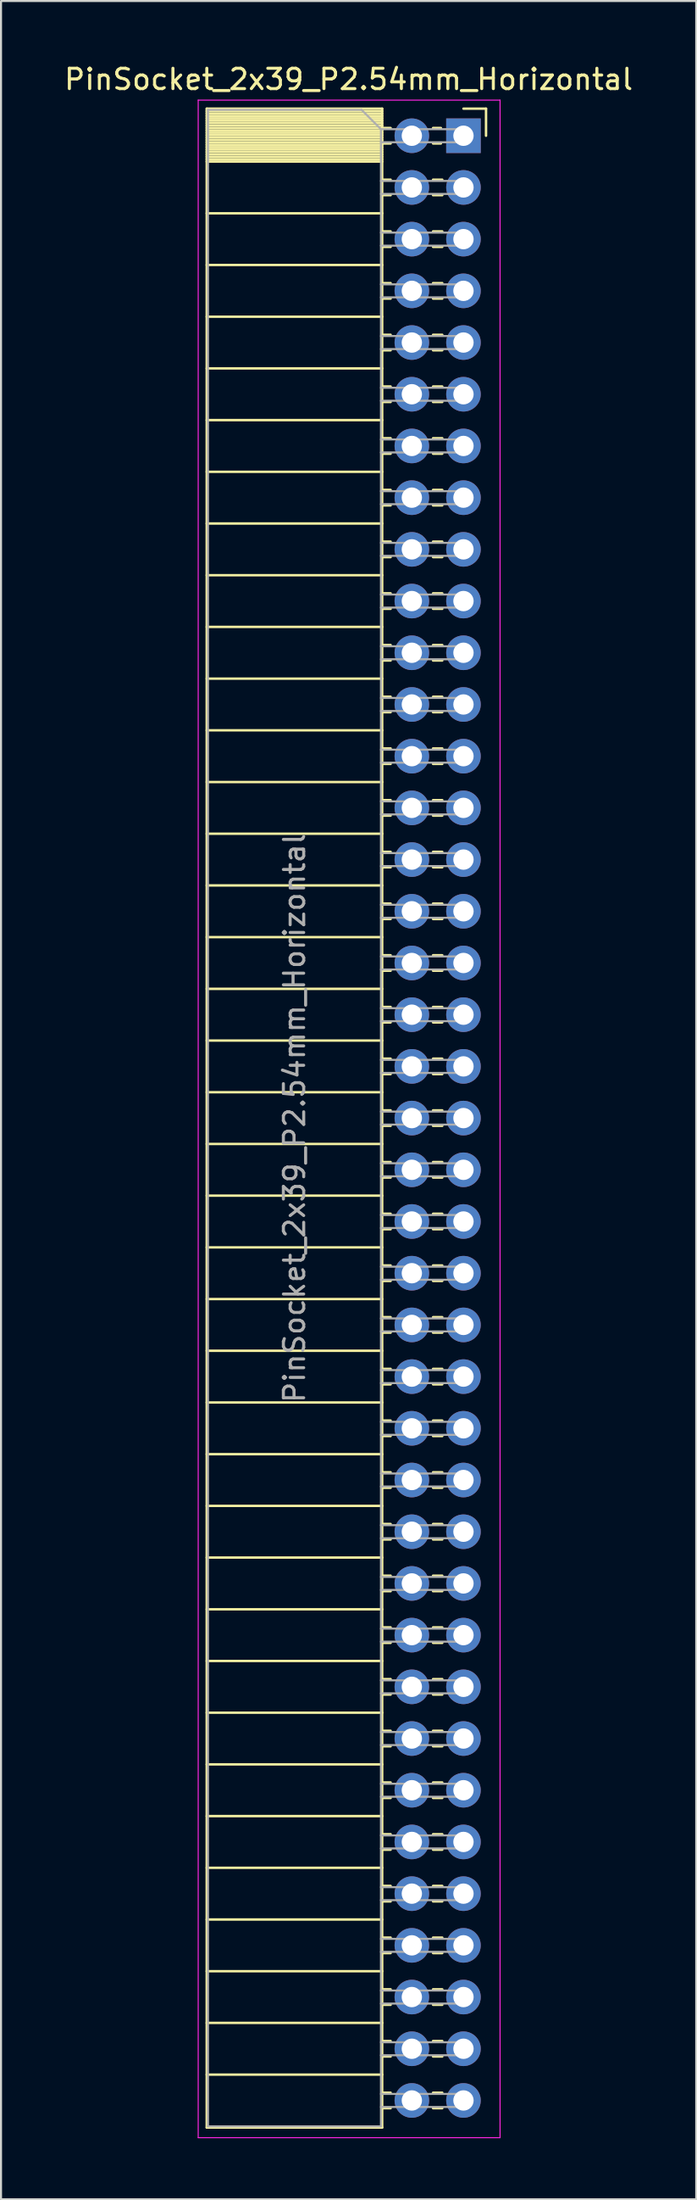
<source format=kicad_pcb>
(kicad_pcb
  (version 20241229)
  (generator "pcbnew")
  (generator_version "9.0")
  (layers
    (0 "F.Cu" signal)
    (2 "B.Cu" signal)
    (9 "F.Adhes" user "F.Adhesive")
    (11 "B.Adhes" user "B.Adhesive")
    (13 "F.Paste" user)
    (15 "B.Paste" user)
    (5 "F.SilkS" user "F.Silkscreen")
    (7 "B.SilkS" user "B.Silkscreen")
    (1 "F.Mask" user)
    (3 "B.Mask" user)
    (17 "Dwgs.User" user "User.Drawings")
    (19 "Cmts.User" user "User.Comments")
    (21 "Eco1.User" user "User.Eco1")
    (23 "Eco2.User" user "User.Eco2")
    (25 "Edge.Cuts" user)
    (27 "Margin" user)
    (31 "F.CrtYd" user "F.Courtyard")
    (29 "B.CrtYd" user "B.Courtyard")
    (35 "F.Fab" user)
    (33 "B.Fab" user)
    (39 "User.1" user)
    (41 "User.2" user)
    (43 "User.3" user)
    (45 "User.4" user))
  (footprint "PinSocket_2x39_P2.54mm_Horizontal"
    (layer "F.Cu")
    (at 19.751 3.618)
    (property "Reference" "PinSocket_2x39_P2.54mm_Horizontal" (at -5.65 -2.77 0) (layer "F.SilkS") (effects (font (size 1 1) (thickness 0.15))))
    (attr through_hole)
    (fp_line (start -12.63 -1.33) (end -12.63 97.85) (stroke (width 0.12) (type solid)) (layer "F.SilkS"))
    (fp_line (start -12.63 -1.33) (end -4 -1.33) (stroke (width 0.12) (type solid)) (layer "F.SilkS"))
    (fp_line (start -12.63 -1.21) (end -4 -1.21) (stroke (width 0.12) (type solid)) (layer "F.SilkS"))
    (fp_line (start -12.63 -1.092) (end -4 -1.092) (stroke (width 0.12) (type solid)) (layer "F.SilkS"))
    (fp_line (start -12.63 -0.974) (end -4 -0.974) (stroke (width 0.12) (type solid)) (layer "F.SilkS"))
    (fp_line (start -12.63 -0.856) (end -4 -0.856) (stroke (width 0.12) (type solid)) (layer "F.SilkS"))
    (fp_line (start -12.63 -0.738) (end -4 -0.738) (stroke (width 0.12) (type solid)) (layer "F.SilkS"))
    (fp_line (start -12.63 -0.62) (end -4 -0.62) (stroke (width 0.12) (type solid)) (layer "F.SilkS"))
    (fp_line (start -12.63 -0.501) (end -4 -0.501) (stroke (width 0.12) (type solid)) (layer "F.SilkS"))
    (fp_line (start -12.63 -0.383) (end -4 -0.383) (stroke (width 0.12) (type solid)) (layer "F.SilkS"))
    (fp_line (start -12.63 -0.265) (end -4 -0.265) (stroke (width 0.12) (type solid)) (layer "F.SilkS"))
    (fp_line (start -12.63 -0.147) (end -4 -0.147) (stroke (width 0.12) (type solid)) (layer "F.SilkS"))
    (fp_line (start -12.63 -0.029) (end -4 -0.029) (stroke (width 0.12) (type solid)) (layer "F.SilkS"))
    (fp_line (start -12.63 0.089) (end -4 0.089) (stroke (width 0.12) (type solid)) (layer "F.SilkS"))
    (fp_line (start -12.63 0.207) (end -4 0.207) (stroke (width 0.12) (type solid)) (layer "F.SilkS"))
    (fp_line (start -12.63 0.325) (end -4 0.325) (stroke (width 0.12) (type solid)) (layer "F.SilkS"))
    (fp_line (start -12.63 0.443) (end -4 0.443) (stroke (width 0.12) (type solid)) (layer "F.SilkS"))
    (fp_line (start -12.63 0.561) (end -4 0.561) (stroke (width 0.12) (type solid)) (layer "F.SilkS"))
    (fp_line (start -12.63 0.68) (end -4 0.68) (stroke (width 0.12) (type solid)) (layer "F.SilkS"))
    (fp_line (start -12.63 0.798) (end -4 0.798) (stroke (width 0.12) (type solid)) (layer "F.SilkS"))
    (fp_line (start -12.63 0.916) (end -4 0.916) (stroke (width 0.12) (type solid)) (layer "F.SilkS"))
    (fp_line (start -12.63 1.034) (end -4 1.034) (stroke (width 0.12) (type solid)) (layer "F.SilkS"))
    (fp_line (start -12.63 1.152) (end -4 1.152) (stroke (width 0.12) (type solid)) (layer "F.SilkS"))
    (fp_line (start -12.63 1.27) (end -4 1.27) (stroke (width 0.12) (type solid)) (layer "F.SilkS"))
    (fp_line (start -12.63 3.81) (end -4 3.81) (stroke (width 0.12) (type solid)) (layer "F.SilkS"))
    (fp_line (start -12.63 6.35) (end -4 6.35) (stroke (width 0.12) (type solid)) (layer "F.SilkS"))
    (fp_line (start -12.63 8.89) (end -4 8.89) (stroke (width 0.12) (type solid)) (layer "F.SilkS"))
    (fp_line (start -12.63 11.43) (end -4 11.43) (stroke (width 0.12) (type solid)) (layer "F.SilkS"))
    (fp_line (start -12.63 13.97) (end -4 13.97) (stroke (width 0.12) (type solid)) (layer "F.SilkS"))
    (fp_line (start -12.63 16.51) (end -4 16.51) (stroke (width 0.12) (type solid)) (layer "F.SilkS"))
    (fp_line (start -12.63 19.05) (end -4 19.05) (stroke (width 0.12) (type solid)) (layer "F.SilkS"))
    (fp_line (start -12.63 21.59) (end -4 21.59) (stroke (width 0.12) (type solid)) (layer "F.SilkS"))
    (fp_line (start -12.63 24.13) (end -4 24.13) (stroke (width 0.12) (type solid)) (layer "F.SilkS"))
    (fp_line (start -12.63 26.67) (end -4 26.67) (stroke (width 0.12) (type solid)) (layer "F.SilkS"))
    (fp_line (start -12.63 29.21) (end -4 29.21) (stroke (width 0.12) (type solid)) (layer "F.SilkS"))
    (fp_line (start -12.63 31.75) (end -4 31.75) (stroke (width 0.12) (type solid)) (layer "F.SilkS"))
    (fp_line (start -12.63 34.29) (end -4 34.29) (stroke (width 0.12) (type solid)) (layer "F.SilkS"))
    (fp_line (start -12.63 36.83) (end -4 36.83) (stroke (width 0.12) (type solid)) (layer "F.SilkS"))
    (fp_line (start -12.63 39.37) (end -4 39.37) (stroke (width 0.12) (type solid)) (layer "F.SilkS"))
    (fp_line (start -12.63 41.91) (end -4 41.91) (stroke (width 0.12) (type solid)) (layer "F.SilkS"))
    (fp_line (start -12.63 44.45) (end -4 44.45) (stroke (width 0.12) (type solid)) (layer "F.SilkS"))
    (fp_line (start -12.63 46.99) (end -4 46.99) (stroke (width 0.12) (type solid)) (layer "F.SilkS"))
    (fp_line (start -12.63 49.53) (end -4 49.53) (stroke (width 0.12) (type solid)) (layer "F.SilkS"))
    (fp_line (start -12.63 52.07) (end -4 52.07) (stroke (width 0.12) (type solid)) (layer "F.SilkS"))
    (fp_line (start -12.63 54.61) (end -4 54.61) (stroke (width 0.12) (type solid)) (layer "F.SilkS"))
    (fp_line (start -12.63 57.15) (end -4 57.15) (stroke (width 0.12) (type solid)) (layer "F.SilkS"))
    (fp_line (start -12.63 59.69) (end -4 59.69) (stroke (width 0.12) (type solid)) (layer "F.SilkS"))
    (fp_line (start -12.63 62.23) (end -4 62.23) (stroke (width 0.12) (type solid)) (layer "F.SilkS"))
    (fp_line (start -12.63 64.77) (end -4 64.77) (stroke (width 0.12) (type solid)) (layer "F.SilkS"))
    (fp_line (start -12.63 67.31) (end -4 67.31) (stroke (width 0.12) (type solid)) (layer "F.SilkS"))
    (fp_line (start -12.63 69.85) (end -4 69.85) (stroke (width 0.12) (type solid)) (layer "F.SilkS"))
    (fp_line (start -12.63 72.39) (end -4 72.39) (stroke (width 0.12) (type solid)) (layer "F.SilkS"))
    (fp_line (start -12.63 74.93) (end -4 74.93) (stroke (width 0.12) (type solid)) (layer "F.SilkS"))
    (fp_line (start -12.63 77.47) (end -4 77.47) (stroke (width 0.12) (type solid)) (layer "F.SilkS"))
    (fp_line (start -12.63 80.01) (end -4 80.01) (stroke (width 0.12) (type solid)) (layer "F.SilkS"))
    (fp_line (start -12.63 82.55) (end -4 82.55) (stroke (width 0.12) (type solid)) (layer "F.SilkS"))
    (fp_line (start -12.63 85.09) (end -4 85.09) (stroke (width 0.12) (type solid)) (layer "F.SilkS"))
    (fp_line (start -12.63 87.63) (end -4 87.63) (stroke (width 0.12) (type solid)) (layer "F.SilkS"))
    (fp_line (start -12.63 90.17) (end -4 90.17) (stroke (width 0.12) (type solid)) (layer "F.SilkS"))
    (fp_line (start -12.63 92.71) (end -4 92.71) (stroke (width 0.12) (type solid)) (layer "F.SilkS"))
    (fp_line (start -12.63 95.25) (end -4 95.25) (stroke (width 0.12) (type solid)) (layer "F.SilkS"))
    (fp_line (start -12.63 97.85) (end -4 97.85) (stroke (width 0.12) (type solid)) (layer "F.SilkS"))
    (fp_line (start -4 -1.33) (end -4 97.85) (stroke (width 0.12) (type solid)) (layer "F.SilkS"))
    (fp_line (start -4 -0.38) (end -3.583 -0.38) (stroke (width 0.12) (type solid)) (layer "F.SilkS"))
    (fp_line (start -4 0.38) (end -3.583 0.38) (stroke (width 0.12) (type solid)) (layer "F.SilkS"))
    (fp_line (start -4 2.16) (end -3.583 2.16) (stroke (width 0.12) (type solid)) (layer "F.SilkS"))
    (fp_line (start -4 2.92) (end -3.583 2.92) (stroke (width 0.12) (type solid)) (layer "F.SilkS"))
    (fp_line (start -4 4.7) (end -3.583 4.7) (stroke (width 0.12) (type solid)) (layer "F.SilkS"))
    (fp_line (start -4 5.46) (end -3.583 5.46) (stroke (width 0.12) (type solid)) (layer "F.SilkS"))
    (fp_line (start -4 7.24) (end -3.583 7.24) (stroke (width 0.12) (type solid)) (layer "F.SilkS"))
    (fp_line (start -4 8) (end -3.583 8) (stroke (width 0.12) (type solid)) (layer "F.SilkS"))
    (fp_line (start -4 9.78) (end -3.583 9.78) (stroke (width 0.12) (type solid)) (layer "F.SilkS"))
    (fp_line (start -4 10.54) (end -3.583 10.54) (stroke (width 0.12) (type solid)) (layer "F.SilkS"))
    (fp_line (start -4 12.32) (end -3.583 12.32) (stroke (width 0.12) (type solid)) (layer "F.SilkS"))
    (fp_line (start -4 13.08) (end -3.583 13.08) (stroke (width 0.12) (type solid)) (layer "F.SilkS"))
    (fp_line (start -4 14.86) (end -3.583 14.86) (stroke (width 0.12) (type solid)) (layer "F.SilkS"))
    (fp_line (start -4 15.62) (end -3.583 15.62) (stroke (width 0.12) (type solid)) (layer "F.SilkS"))
    (fp_line (start -4 17.4) (end -3.583 17.4) (stroke (width 0.12) (type solid)) (layer "F.SilkS"))
    (fp_line (start -4 18.16) (end -3.583 18.16) (stroke (width 0.12) (type solid)) (layer "F.SilkS"))
    (fp_line (start -4 19.94) (end -3.583 19.94) (stroke (width 0.12) (type solid)) (layer "F.SilkS"))
    (fp_line (start -4 20.7) (end -3.583 20.7) (stroke (width 0.12) (type solid)) (layer "F.SilkS"))
    (fp_line (start -4 22.48) (end -3.583 22.48) (stroke (width 0.12) (type solid)) (layer "F.SilkS"))
    (fp_line (start -4 23.24) (end -3.583 23.24) (stroke (width 0.12) (type solid)) (layer "F.SilkS"))
    (fp_line (start -4 25.02) (end -3.583 25.02) (stroke (width 0.12) (type solid)) (layer "F.SilkS"))
    (fp_line (start -4 25.78) (end -3.583 25.78) (stroke (width 0.12) (type solid)) (layer "F.SilkS"))
    (fp_line (start -4 27.56) (end -3.583 27.56) (stroke (width 0.12) (type solid)) (layer "F.SilkS"))
    (fp_line (start -4 28.32) (end -3.583 28.32) (stroke (width 0.12) (type solid)) (layer "F.SilkS"))
    (fp_line (start -4 30.1) (end -3.583 30.1) (stroke (width 0.12) (type solid)) (layer "F.SilkS"))
    (fp_line (start -4 30.86) (end -3.583 30.86) (stroke (width 0.12) (type solid)) (layer "F.SilkS"))
    (fp_line (start -4 32.64) (end -3.583 32.64) (stroke (width 0.12) (type solid)) (layer "F.SilkS"))
    (fp_line (start -4 33.4) (end -3.583 33.4) (stroke (width 0.12) (type solid)) (layer "F.SilkS"))
    (fp_line (start -4 35.18) (end -3.583 35.18) (stroke (width 0.12) (type solid)) (layer "F.SilkS"))
    (fp_line (start -4 35.94) (end -3.583 35.94) (stroke (width 0.12) (type solid)) (layer "F.SilkS"))
    (fp_line (start -4 37.72) (end -3.583 37.72) (stroke (width 0.12) (type solid)) (layer "F.SilkS"))
    (fp_line (start -4 38.48) (end -3.583 38.48) (stroke (width 0.12) (type solid)) (layer "F.SilkS"))
    (fp_line (start -4 40.26) (end -3.583 40.26) (stroke (width 0.12) (type solid)) (layer "F.SilkS"))
    (fp_line (start -4 41.02) (end -3.583 41.02) (stroke (width 0.12) (type solid)) (layer "F.SilkS"))
    (fp_line (start -4 42.8) (end -3.583 42.8) (stroke (width 0.12) (type solid)) (layer "F.SilkS"))
    (fp_line (start -4 43.56) (end -3.583 43.56) (stroke (width 0.12) (type solid)) (layer "F.SilkS"))
    (fp_line (start -4 45.34) (end -3.583 45.34) (stroke (width 0.12) (type solid)) (layer "F.SilkS"))
    (fp_line (start -4 46.1) (end -3.583 46.1) (stroke (width 0.12) (type solid)) (layer "F.SilkS"))
    (fp_line (start -4 47.88) (end -3.583 47.88) (stroke (width 0.12) (type solid)) (layer "F.SilkS"))
    (fp_line (start -4 48.64) (end -3.583 48.64) (stroke (width 0.12) (type solid)) (layer "F.SilkS"))
    (fp_line (start -4 50.42) (end -3.583 50.42) (stroke (width 0.12) (type solid)) (layer "F.SilkS"))
    (fp_line (start -4 51.18) (end -3.583 51.18) (stroke (width 0.12) (type solid)) (layer "F.SilkS"))
    (fp_line (start -4 52.96) (end -3.583 52.96) (stroke (width 0.12) (type solid)) (layer "F.SilkS"))
    (fp_line (start -4 53.72) (end -3.583 53.72) (stroke (width 0.12) (type solid)) (layer "F.SilkS"))
    (fp_line (start -4 55.5) (end -3.583 55.5) (stroke (width 0.12) (type solid)) (layer "F.SilkS"))
    (fp_line (start -4 56.26) (end -3.583 56.26) (stroke (width 0.12) (type solid)) (layer "F.SilkS"))
    (fp_line (start -4 58.04) (end -3.583 58.04) (stroke (width 0.12) (type solid)) (layer "F.SilkS"))
    (fp_line (start -4 58.8) (end -3.583 58.8) (stroke (width 0.12) (type solid)) (layer "F.SilkS"))
    (fp_line (start -4 60.58) (end -3.583 60.58) (stroke (width 0.12) (type solid)) (layer "F.SilkS"))
    (fp_line (start -4 61.34) (end -3.583 61.34) (stroke (width 0.12) (type solid)) (layer "F.SilkS"))
    (fp_line (start -4 63.12) (end -3.583 63.12) (stroke (width 0.12) (type solid)) (layer "F.SilkS"))
    (fp_line (start -4 63.88) (end -3.583 63.88) (stroke (width 0.12) (type solid)) (layer "F.SilkS"))
    (fp_line (start -4 65.66) (end -3.583 65.66) (stroke (width 0.12) (type solid)) (layer "F.SilkS"))
    (fp_line (start -4 66.42) (end -3.583 66.42) (stroke (width 0.12) (type solid)) (layer "F.SilkS"))
    (fp_line (start -4 68.2) (end -3.583 68.2) (stroke (width 0.12) (type solid)) (layer "F.SilkS"))
    (fp_line (start -4 68.96) (end -3.583 68.96) (stroke (width 0.12) (type solid)) (layer "F.SilkS"))
    (fp_line (start -4 70.74) (end -3.583 70.74) (stroke (width 0.12) (type solid)) (layer "F.SilkS"))
    (fp_line (start -4 71.5) (end -3.583 71.5) (stroke (width 0.12) (type solid)) (layer "F.SilkS"))
    (fp_line (start -4 73.28) (end -3.583 73.28) (stroke (width 0.12) (type solid)) (layer "F.SilkS"))
    (fp_line (start -4 74.04) (end -3.583 74.04) (stroke (width 0.12) (type solid)) (layer "F.SilkS"))
    (fp_line (start -4 75.82) (end -3.583 75.82) (stroke (width 0.12) (type solid)) (layer "F.SilkS"))
    (fp_line (start -4 76.58) (end -3.583 76.58) (stroke (width 0.12) (type solid)) (layer "F.SilkS"))
    (fp_line (start -4 78.36) (end -3.583 78.36) (stroke (width 0.12) (type solid)) (layer "F.SilkS"))
    (fp_line (start -4 79.12) (end -3.583 79.12) (stroke (width 0.12) (type solid)) (layer "F.SilkS"))
    (fp_line (start -4 80.9) (end -3.583 80.9) (stroke (width 0.12) (type solid)) (layer "F.SilkS"))
    (fp_line (start -4 81.66) (end -3.583 81.66) (stroke (width 0.12) (type solid)) (layer "F.SilkS"))
    (fp_line (start -4 83.44) (end -3.583 83.44) (stroke (width 0.12) (type solid)) (layer "F.SilkS"))
    (fp_line (start -4 84.2) (end -3.583 84.2) (stroke (width 0.12) (type solid)) (layer "F.SilkS"))
    (fp_line (start -4 85.98) (end -3.583 85.98) (stroke (width 0.12) (type solid)) (layer "F.SilkS"))
    (fp_line (start -4 86.74) (end -3.583 86.74) (stroke (width 0.12) (type solid)) (layer "F.SilkS"))
    (fp_line (start -4 88.52) (end -3.583 88.52) (stroke (width 0.12) (type solid)) (layer "F.SilkS"))
    (fp_line (start -4 89.28) (end -3.583 89.28) (stroke (width 0.12) (type solid)) (layer "F.SilkS"))
    (fp_line (start -4 91.06) (end -3.583 91.06) (stroke (width 0.12) (type solid)) (layer "F.SilkS"))
    (fp_line (start -4 91.82) (end -3.583 91.82) (stroke (width 0.12) (type solid)) (layer "F.SilkS"))
    (fp_line (start -4 93.6) (end -3.583 93.6) (stroke (width 0.12) (type solid)) (layer "F.SilkS"))
    (fp_line (start -4 94.36) (end -3.583 94.36) (stroke (width 0.12) (type solid)) (layer "F.SilkS"))
    (fp_line (start -4 96.14) (end -3.583 96.14) (stroke (width 0.12) (type solid)) (layer "F.SilkS"))
    (fp_line (start -4 96.9) (end -3.583 96.9) (stroke (width 0.12) (type solid)) (layer "F.SilkS"))
    (fp_line (start -1.497 -0.38) (end -1.11 -0.38) (stroke (width 0.12) (type solid)) (layer "F.SilkS"))
    (fp_line (start -1.497 0.38) (end -1.11 0.38) (stroke (width 0.12) (type solid)) (layer "F.SilkS"))
    (fp_line (start -1.497 2.16) (end -1.043 2.16) (stroke (width 0.12) (type solid)) (layer "F.SilkS"))
    (fp_line (start -1.497 2.92) (end -1.043 2.92) (stroke (width 0.12) (type solid)) (layer "F.SilkS"))
    (fp_line (start -1.497 4.7) (end -1.043 4.7) (stroke (width 0.12) (type solid)) (layer "F.SilkS"))
    (fp_line (start -1.497 5.46) (end -1.043 5.46) (stroke (width 0.12) (type solid)) (layer "F.SilkS"))
    (fp_line (start -1.497 7.24) (end -1.043 7.24) (stroke (width 0.12) (type solid)) (layer "F.SilkS"))
    (fp_line (start -1.497 8) (end -1.043 8) (stroke (width 0.12) (type solid)) (layer "F.SilkS"))
    (fp_line (start -1.497 9.78) (end -1.043 9.78) (stroke (width 0.12) (type solid)) (layer "F.SilkS"))
    (fp_line (start -1.497 10.54) (end -1.043 10.54) (stroke (width 0.12) (type solid)) (layer "F.SilkS"))
    (fp_line (start -1.497 12.32) (end -1.043 12.32) (stroke (width 0.12) (type solid)) (layer "F.SilkS"))
    (fp_line (start -1.497 13.08) (end -1.043 13.08) (stroke (width 0.12) (type solid)) (layer "F.SilkS"))
    (fp_line (start -1.497 14.86) (end -1.043 14.86) (stroke (width 0.12) (type solid)) (layer "F.SilkS"))
    (fp_line (start -1.497 15.62) (end -1.043 15.62) (stroke (width 0.12) (type solid)) (layer "F.SilkS"))
    (fp_line (start -1.497 17.4) (end -1.043 17.4) (stroke (width 0.12) (type solid)) (layer "F.SilkS"))
    (fp_line (start -1.497 18.16) (end -1.043 18.16) (stroke (width 0.12) (type solid)) (layer "F.SilkS"))
    (fp_line (start -1.497 19.94) (end -1.043 19.94) (stroke (width 0.12) (type solid)) (layer "F.SilkS"))
    (fp_line (start -1.497 20.7) (end -1.043 20.7) (stroke (width 0.12) (type solid)) (layer "F.SilkS"))
    (fp_line (start -1.497 22.48) (end -1.043 22.48) (stroke (width 0.12) (type solid)) (layer "F.SilkS"))
    (fp_line (start -1.497 23.24) (end -1.043 23.24) (stroke (width 0.12) (type solid)) (layer "F.SilkS"))
    (fp_line (start -1.497 25.02) (end -1.043 25.02) (stroke (width 0.12) (type solid)) (layer "F.SilkS"))
    (fp_line (start -1.497 25.78) (end -1.043 25.78) (stroke (width 0.12) (type solid)) (layer "F.SilkS"))
    (fp_line (start -1.497 27.56) (end -1.043 27.56) (stroke (width 0.12) (type solid)) (layer "F.SilkS"))
    (fp_line (start -1.497 28.32) (end -1.043 28.32) (stroke (width 0.12) (type solid)) (layer "F.SilkS"))
    (fp_line (start -1.497 30.1) (end -1.043 30.1) (stroke (width 0.12) (type solid)) (layer "F.SilkS"))
    (fp_line (start -1.497 30.86) (end -1.043 30.86) (stroke (width 0.12) (type solid)) (layer "F.SilkS"))
    (fp_line (start -1.497 32.64) (end -1.043 32.64) (stroke (width 0.12) (type solid)) (layer "F.SilkS"))
    (fp_line (start -1.497 33.4) (end -1.043 33.4) (stroke (width 0.12) (type solid)) (layer "F.SilkS"))
    (fp_line (start -1.497 35.18) (end -1.043 35.18) (stroke (width 0.12) (type solid)) (layer "F.SilkS"))
    (fp_line (start -1.497 35.94) (end -1.043 35.94) (stroke (width 0.12) (type solid)) (layer "F.SilkS"))
    (fp_line (start -1.497 37.72) (end -1.043 37.72) (stroke (width 0.12) (type solid)) (layer "F.SilkS"))
    (fp_line (start -1.497 38.48) (end -1.043 38.48) (stroke (width 0.12) (type solid)) (layer "F.SilkS"))
    (fp_line (start -1.497 40.26) (end -1.043 40.26) (stroke (width 0.12) (type solid)) (layer "F.SilkS"))
    (fp_line (start -1.497 41.02) (end -1.043 41.02) (stroke (width 0.12) (type solid)) (layer "F.SilkS"))
    (fp_line (start -1.497 42.8) (end -1.043 42.8) (stroke (width 0.12) (type solid)) (layer "F.SilkS"))
    (fp_line (start -1.497 43.56) (end -1.043 43.56) (stroke (width 0.12) (type solid)) (layer "F.SilkS"))
    (fp_line (start -1.497 45.34) (end -1.043 45.34) (stroke (width 0.12) (type solid)) (layer "F.SilkS"))
    (fp_line (start -1.497 46.1) (end -1.043 46.1) (stroke (width 0.12) (type solid)) (layer "F.SilkS"))
    (fp_line (start -1.497 47.88) (end -1.043 47.88) (stroke (width 0.12) (type solid)) (layer "F.SilkS"))
    (fp_line (start -1.497 48.64) (end -1.043 48.64) (stroke (width 0.12) (type solid)) (layer "F.SilkS"))
    (fp_line (start -1.497 50.42) (end -1.043 50.42) (stroke (width 0.12) (type solid)) (layer "F.SilkS"))
    (fp_line (start -1.497 51.18) (end -1.043 51.18) (stroke (width 0.12) (type solid)) (layer "F.SilkS"))
    (fp_line (start -1.497 52.96) (end -1.043 52.96) (stroke (width 0.12) (type solid)) (layer "F.SilkS"))
    (fp_line (start -1.497 53.72) (end -1.043 53.72) (stroke (width 0.12) (type solid)) (layer "F.SilkS"))
    (fp_line (start -1.497 55.5) (end -1.043 55.5) (stroke (width 0.12) (type solid)) (layer "F.SilkS"))
    (fp_line (start -1.497 56.26) (end -1.043 56.26) (stroke (width 0.12) (type solid)) (layer "F.SilkS"))
    (fp_line (start -1.497 58.04) (end -1.043 58.04) (stroke (width 0.12) (type solid)) (layer "F.SilkS"))
    (fp_line (start -1.497 58.8) (end -1.043 58.8) (stroke (width 0.12) (type solid)) (layer "F.SilkS"))
    (fp_line (start -1.497 60.58) (end -1.043 60.58) (stroke (width 0.12) (type solid)) (layer "F.SilkS"))
    (fp_line (start -1.497 61.34) (end -1.043 61.34) (stroke (width 0.12) (type solid)) (layer "F.SilkS"))
    (fp_line (start -1.497 63.12) (end -1.043 63.12) (stroke (width 0.12) (type solid)) (layer "F.SilkS"))
    (fp_line (start -1.497 63.88) (end -1.043 63.88) (stroke (width 0.12) (type solid)) (layer "F.SilkS"))
    (fp_line (start -1.497 65.66) (end -1.043 65.66) (stroke (width 0.12) (type solid)) (layer "F.SilkS"))
    (fp_line (start -1.497 66.42) (end -1.043 66.42) (stroke (width 0.12) (type solid)) (layer "F.SilkS"))
    (fp_line (start -1.497 68.2) (end -1.043 68.2) (stroke (width 0.12) (type solid)) (layer "F.SilkS"))
    (fp_line (start -1.497 68.96) (end -1.043 68.96) (stroke (width 0.12) (type solid)) (layer "F.SilkS"))
    (fp_line (start -1.497 70.74) (end -1.043 70.74) (stroke (width 0.12) (type solid)) (layer "F.SilkS"))
    (fp_line (start -1.497 71.5) (end -1.043 71.5) (stroke (width 0.12) (type solid)) (layer "F.SilkS"))
    (fp_line (start -1.497 73.28) (end -1.043 73.28) (stroke (width 0.12) (type solid)) (layer "F.SilkS"))
    (fp_line (start -1.497 74.04) (end -1.043 74.04) (stroke (width 0.12) (type solid)) (layer "F.SilkS"))
    (fp_line (start -1.497 75.82) (end -1.043 75.82) (stroke (width 0.12) (type solid)) (layer "F.SilkS"))
    (fp_line (start -1.497 76.58) (end -1.043 76.58) (stroke (width 0.12) (type solid)) (layer "F.SilkS"))
    (fp_line (start -1.497 78.36) (end -1.043 78.36) (stroke (width 0.12) (type solid)) (layer "F.SilkS"))
    (fp_line (start -1.497 79.12) (end -1.043 79.12) (stroke (width 0.12) (type solid)) (layer "F.SilkS"))
    (fp_line (start -1.497 80.9) (end -1.043 80.9) (stroke (width 0.12) (type solid)) (layer "F.SilkS"))
    (fp_line (start -1.497 81.66) (end -1.043 81.66) (stroke (width 0.12) (type solid)) (layer "F.SilkS"))
    (fp_line (start -1.497 83.44) (end -1.043 83.44) (stroke (width 0.12) (type solid)) (layer "F.SilkS"))
    (fp_line (start -1.497 84.2) (end -1.043 84.2) (stroke (width 0.12) (type solid)) (layer "F.SilkS"))
    (fp_line (start -1.497 85.98) (end -1.043 85.98) (stroke (width 0.12) (type solid)) (layer "F.SilkS"))
    (fp_line (start -1.497 86.74) (end -1.043 86.74) (stroke (width 0.12) (type solid)) (layer "F.SilkS"))
    (fp_line (start -1.497 88.52) (end -1.043 88.52) (stroke (width 0.12) (type solid)) (layer "F.SilkS"))
    (fp_line (start -1.497 89.28) (end -1.043 89.28) (stroke (width 0.12) (type solid)) (layer "F.SilkS"))
    (fp_line (start -1.497 91.06) (end -1.043 91.06) (stroke (width 0.12) (type solid)) (layer "F.SilkS"))
    (fp_line (start -1.497 91.82) (end -1.043 91.82) (stroke (width 0.12) (type solid)) (layer "F.SilkS"))
    (fp_line (start -1.497 93.6) (end -1.043 93.6) (stroke (width 0.12) (type solid)) (layer "F.SilkS"))
    (fp_line (start -1.497 94.36) (end -1.043 94.36) (stroke (width 0.12) (type solid)) (layer "F.SilkS"))
    (fp_line (start -1.497 96.14) (end -1.043 96.14) (stroke (width 0.12) (type solid)) (layer "F.SilkS"))
    (fp_line (start -1.497 96.9) (end -1.043 96.9) (stroke (width 0.12) (type solid)) (layer "F.SilkS"))
    (fp_line (start 0 -1.33) (end 1.11 -1.33) (stroke (width 0.12) (type solid)) (layer "F.SilkS"))
    (fp_line (start 1.11 -1.33) (end 1.11 0) (stroke (width 0.12) (type solid)) (layer "F.SilkS"))
    (fp_line (start -13.05 -1.75) (end -13.05 98.35) (stroke (width 0.05) (type solid)) (layer "F.CrtYd"))
    (fp_line (start -13.05 98.35) (end 1.8 98.35) (stroke (width 0.05) (type solid)) (layer "F.CrtYd"))
    (fp_line (start 1.8 -1.75) (end -13.05 -1.75) (stroke (width 0.05) (type solid)) (layer "F.CrtYd"))
    (fp_line (start 1.8 98.35) (end 1.8 -1.75) (stroke (width 0.05) (type solid)) (layer "F.CrtYd"))
    (fp_line (start -12.57 -1.27) (end -5.01 -1.27) (stroke (width 0.1) (type solid)) (layer "F.Fab"))
    (fp_line (start -12.57 97.79) (end -12.57 -1.27) (stroke (width 0.1) (type solid)) (layer "F.Fab"))
    (fp_line (start -5.01 -1.27) (end -4.06 -0.32) (stroke (width 0.1) (type solid)) (layer "F.Fab"))
    (fp_line (start -4.06 -0.32) (end -4.06 97.79) (stroke (width 0.1) (type solid)) (layer "F.Fab"))
    (fp_line (start -4.06 0.32) (end 0 0.32) (stroke (width 0.1) (type solid)) (layer "F.Fab"))
    (fp_line (start -4.06 2.86) (end 0 2.86) (stroke (width 0.1) (type solid)) (layer "F.Fab"))
    (fp_line (start -4.06 5.4) (end 0 5.4) (stroke (width 0.1) (type solid)) (layer "F.Fab"))
    (fp_line (start -4.06 7.94) (end 0 7.94) (stroke (width 0.1) (type solid)) (layer "F.Fab"))
    (fp_line (start -4.06 10.48) (end 0 10.48) (stroke (width 0.1) (type solid)) (layer "F.Fab"))
    (fp_line (start -4.06 13.02) (end 0 13.02) (stroke (width 0.1) (type solid)) (layer "F.Fab"))
    (fp_line (start -4.06 15.56) (end 0 15.56) (stroke (width 0.1) (type solid)) (layer "F.Fab"))
    (fp_line (start -4.06 18.1) (end 0 18.1) (stroke (width 0.1) (type solid)) (layer "F.Fab"))
    (fp_line (start -4.06 20.64) (end 0 20.64) (stroke (width 0.1) (type solid)) (layer "F.Fab"))
    (fp_line (start -4.06 23.18) (end 0 23.18) (stroke (width 0.1) (type solid)) (layer "F.Fab"))
    (fp_line (start -4.06 25.72) (end 0 25.72) (stroke (width 0.1) (type solid)) (layer "F.Fab"))
    (fp_line (start -4.06 28.26) (end 0 28.26) (stroke (width 0.1) (type solid)) (layer "F.Fab"))
    (fp_line (start -4.06 30.8) (end 0 30.8) (stroke (width 0.1) (type solid)) (layer "F.Fab"))
    (fp_line (start -4.06 33.34) (end 0 33.34) (stroke (width 0.1) (type solid)) (layer "F.Fab"))
    (fp_line (start -4.06 35.88) (end 0 35.88) (stroke (width 0.1) (type solid)) (layer "F.Fab"))
    (fp_line (start -4.06 38.42) (end 0 38.42) (stroke (width 0.1) (type solid)) (layer "F.Fab"))
    (fp_line (start -4.06 40.96) (end 0 40.96) (stroke (width 0.1) (type solid)) (layer "F.Fab"))
    (fp_line (start -4.06 43.5) (end 0 43.5) (stroke (width 0.1) (type solid)) (layer "F.Fab"))
    (fp_line (start -4.06 46.04) (end 0 46.04) (stroke (width 0.1) (type solid)) (layer "F.Fab"))
    (fp_line (start -4.06 48.58) (end 0 48.58) (stroke (width 0.1) (type solid)) (layer "F.Fab"))
    (fp_line (start -4.06 51.12) (end 0 51.12) (stroke (width 0.1) (type solid)) (layer "F.Fab"))
    (fp_line (start -4.06 53.66) (end 0 53.66) (stroke (width 0.1) (type solid)) (layer "F.Fab"))
    (fp_line (start -4.06 56.2) (end 0 56.2) (stroke (width 0.1) (type solid)) (layer "F.Fab"))
    (fp_line (start -4.06 58.74) (end 0 58.74) (stroke (width 0.1) (type solid)) (layer "F.Fab"))
    (fp_line (start -4.06 61.28) (end 0 61.28) (stroke (width 0.1) (type solid)) (layer "F.Fab"))
    (fp_line (start -4.06 63.82) (end 0 63.82) (stroke (width 0.1) (type solid)) (layer "F.Fab"))
    (fp_line (start -4.06 66.36) (end 0 66.36) (stroke (width 0.1) (type solid)) (layer "F.Fab"))
    (fp_line (start -4.06 68.9) (end 0 68.9) (stroke (width 0.1) (type solid)) (layer "F.Fab"))
    (fp_line (start -4.06 71.44) (end 0 71.44) (stroke (width 0.1) (type solid)) (layer "F.Fab"))
    (fp_line (start -4.06 73.98) (end 0 73.98) (stroke (width 0.1) (type solid)) (layer "F.Fab"))
    (fp_line (start -4.06 76.52) (end 0 76.52) (stroke (width 0.1) (type solid)) (layer "F.Fab"))
    (fp_line (start -4.06 79.06) (end 0 79.06) (stroke (width 0.1) (type solid)) (layer "F.Fab"))
    (fp_line (start -4.06 81.6) (end 0 81.6) (stroke (width 0.1) (type solid)) (layer "F.Fab"))
    (fp_line (start -4.06 84.14) (end 0 84.14) (stroke (width 0.1) (type solid)) (layer "F.Fab"))
    (fp_line (start -4.06 86.68) (end 0 86.68) (stroke (width 0.1) (type solid)) (layer "F.Fab"))
    (fp_line (start -4.06 89.22) (end 0 89.22) (stroke (width 0.1) (type solid)) (layer "F.Fab"))
    (fp_line (start -4.06 91.76) (end 0 91.76) (stroke (width 0.1) (type solid)) (layer "F.Fab"))
    (fp_line (start -4.06 94.3) (end 0 94.3) (stroke (width 0.1) (type solid)) (layer "F.Fab"))
    (fp_line (start -4.06 96.84) (end 0 96.84) (stroke (width 0.1) (type solid)) (layer "F.Fab"))
    (fp_line (start -4.06 97.79) (end -12.57 97.79) (stroke (width 0.1) (type solid)) (layer "F.Fab"))
    (fp_line (start 0 -0.32) (end -4.06 -0.32) (stroke (width 0.1) (type solid)) (layer "F.Fab"))
    (fp_line (start 0 0.32) (end 0 -0.32) (stroke (width 0.1) (type solid)) (layer "F.Fab"))
    (fp_line (start 0 2.22) (end -4.06 2.22) (stroke (width 0.1) (type solid)) (layer "F.Fab"))
    (fp_line (start 0 2.86) (end 0 2.22) (stroke (width 0.1) (type solid)) (layer "F.Fab"))
    (fp_line (start 0 4.76) (end -4.06 4.76) (stroke (width 0.1) (type solid)) (layer "F.Fab"))
    (fp_line (start 0 5.4) (end 0 4.76) (stroke (width 0.1) (type solid)) (layer "F.Fab"))
    (fp_line (start 0 7.3) (end -4.06 7.3) (stroke (width 0.1) (type solid)) (layer "F.Fab"))
    (fp_line (start 0 7.94) (end 0 7.3) (stroke (width 0.1) (type solid)) (layer "F.Fab"))
    (fp_line (start 0 9.84) (end -4.06 9.84) (stroke (width 0.1) (type solid)) (layer "F.Fab"))
    (fp_line (start 0 10.48) (end 0 9.84) (stroke (width 0.1) (type solid)) (layer "F.Fab"))
    (fp_line (start 0 12.38) (end -4.06 12.38) (stroke (width 0.1) (type solid)) (layer "F.Fab"))
    (fp_line (start 0 13.02) (end 0 12.38) (stroke (width 0.1) (type solid)) (layer "F.Fab"))
    (fp_line (start 0 14.92) (end -4.06 14.92) (stroke (width 0.1) (type solid)) (layer "F.Fab"))
    (fp_line (start 0 15.56) (end 0 14.92) (stroke (width 0.1) (type solid)) (layer "F.Fab"))
    (fp_line (start 0 17.46) (end -4.06 17.46) (stroke (width 0.1) (type solid)) (layer "F.Fab"))
    (fp_line (start 0 18.1) (end 0 17.46) (stroke (width 0.1) (type solid)) (layer "F.Fab"))
    (fp_line (start 0 20) (end -4.06 20) (stroke (width 0.1) (type solid)) (layer "F.Fab"))
    (fp_line (start 0 20.64) (end 0 20) (stroke (width 0.1) (type solid)) (layer "F.Fab"))
    (fp_line (start 0 22.54) (end -4.06 22.54) (stroke (width 0.1) (type solid)) (layer "F.Fab"))
    (fp_line (start 0 23.18) (end 0 22.54) (stroke (width 0.1) (type solid)) (layer "F.Fab"))
    (fp_line (start 0 25.08) (end -4.06 25.08) (stroke (width 0.1) (type solid)) (layer "F.Fab"))
    (fp_line (start 0 25.72) (end 0 25.08) (stroke (width 0.1) (type solid)) (layer "F.Fab"))
    (fp_line (start 0 27.62) (end -4.06 27.62) (stroke (width 0.1) (type solid)) (layer "F.Fab"))
    (fp_line (start 0 28.26) (end 0 27.62) (stroke (width 0.1) (type solid)) (layer "F.Fab"))
    (fp_line (start 0 30.16) (end -4.06 30.16) (stroke (width 0.1) (type solid)) (layer "F.Fab"))
    (fp_line (start 0 30.8) (end 0 30.16) (stroke (width 0.1) (type solid)) (layer "F.Fab"))
    (fp_line (start 0 32.7) (end -4.06 32.7) (stroke (width 0.1) (type solid)) (layer "F.Fab"))
    (fp_line (start 0 33.34) (end 0 32.7) (stroke (width 0.1) (type solid)) (layer "F.Fab"))
    (fp_line (start 0 35.24) (end -4.06 35.24) (stroke (width 0.1) (type solid)) (layer "F.Fab"))
    (fp_line (start 0 35.88) (end 0 35.24) (stroke (width 0.1) (type solid)) (layer "F.Fab"))
    (fp_line (start 0 37.78) (end -4.06 37.78) (stroke (width 0.1) (type solid)) (layer "F.Fab"))
    (fp_line (start 0 38.42) (end 0 37.78) (stroke (width 0.1) (type solid)) (layer "F.Fab"))
    (fp_line (start 0 40.32) (end -4.06 40.32) (stroke (width 0.1) (type solid)) (layer "F.Fab"))
    (fp_line (start 0 40.96) (end 0 40.32) (stroke (width 0.1) (type solid)) (layer "F.Fab"))
    (fp_line (start 0 42.86) (end -4.06 42.86) (stroke (width 0.1) (type solid)) (layer "F.Fab"))
    (fp_line (start 0 43.5) (end 0 42.86) (stroke (width 0.1) (type solid)) (layer "F.Fab"))
    (fp_line (start 0 45.4) (end -4.06 45.4) (stroke (width 0.1) (type solid)) (layer "F.Fab"))
    (fp_line (start 0 46.04) (end 0 45.4) (stroke (width 0.1) (type solid)) (layer "F.Fab"))
    (fp_line (start 0 47.94) (end -4.06 47.94) (stroke (width 0.1) (type solid)) (layer "F.Fab"))
    (fp_line (start 0 48.58) (end 0 47.94) (stroke (width 0.1) (type solid)) (layer "F.Fab"))
    (fp_line (start 0 50.48) (end -4.06 50.48) (stroke (width 0.1) (type solid)) (layer "F.Fab"))
    (fp_line (start 0 51.12) (end 0 50.48) (stroke (width 0.1) (type solid)) (layer "F.Fab"))
    (fp_line (start 0 53.02) (end -4.06 53.02) (stroke (width 0.1) (type solid)) (layer "F.Fab"))
    (fp_line (start 0 53.66) (end 0 53.02) (stroke (width 0.1) (type solid)) (layer "F.Fab"))
    (fp_line (start 0 55.56) (end -4.06 55.56) (stroke (width 0.1) (type solid)) (layer "F.Fab"))
    (fp_line (start 0 56.2) (end 0 55.56) (stroke (width 0.1) (type solid)) (layer "F.Fab"))
    (fp_line (start 0 58.1) (end -4.06 58.1) (stroke (width 0.1) (type solid)) (layer "F.Fab"))
    (fp_line (start 0 58.74) (end 0 58.1) (stroke (width 0.1) (type solid)) (layer "F.Fab"))
    (fp_line (start 0 60.64) (end -4.06 60.64) (stroke (width 0.1) (type solid)) (layer "F.Fab"))
    (fp_line (start 0 61.28) (end 0 60.64) (stroke (width 0.1) (type solid)) (layer "F.Fab"))
    (fp_line (start 0 63.18) (end -4.06 63.18) (stroke (width 0.1) (type solid)) (layer "F.Fab"))
    (fp_line (start 0 63.82) (end 0 63.18) (stroke (width 0.1) (type solid)) (layer "F.Fab"))
    (fp_line (start 0 65.72) (end -4.06 65.72) (stroke (width 0.1) (type solid)) (layer "F.Fab"))
    (fp_line (start 0 66.36) (end 0 65.72) (stroke (width 0.1) (type solid)) (layer "F.Fab"))
    (fp_line (start 0 68.26) (end -4.06 68.26) (stroke (width 0.1) (type solid)) (layer "F.Fab"))
    (fp_line (start 0 68.9) (end 0 68.26) (stroke (width 0.1) (type solid)) (layer "F.Fab"))
    (fp_line (start 0 70.8) (end -4.06 70.8) (stroke (width 0.1) (type solid)) (layer "F.Fab"))
    (fp_line (start 0 71.44) (end 0 70.8) (stroke (width 0.1) (type solid)) (layer "F.Fab"))
    (fp_line (start 0 73.34) (end -4.06 73.34) (stroke (width 0.1) (type solid)) (layer "F.Fab"))
    (fp_line (start 0 73.98) (end 0 73.34) (stroke (width 0.1) (type solid)) (layer "F.Fab"))
    (fp_line (start 0 75.88) (end -4.06 75.88) (stroke (width 0.1) (type solid)) (layer "F.Fab"))
    (fp_line (start 0 76.52) (end 0 75.88) (stroke (width 0.1) (type solid)) (layer "F.Fab"))
    (fp_line (start 0 78.42) (end -4.06 78.42) (stroke (width 0.1) (type solid)) (layer "F.Fab"))
    (fp_line (start 0 79.06) (end 0 78.42) (stroke (width 0.1) (type solid)) (layer "F.Fab"))
    (fp_line (start 0 80.96) (end -4.06 80.96) (stroke (width 0.1) (type solid)) (layer "F.Fab"))
    (fp_line (start 0 81.6) (end 0 80.96) (stroke (width 0.1) (type solid)) (layer "F.Fab"))
    (fp_line (start 0 83.5) (end -4.06 83.5) (stroke (width 0.1) (type solid)) (layer "F.Fab"))
    (fp_line (start 0 84.14) (end 0 83.5) (stroke (width 0.1) (type solid)) (layer "F.Fab"))
    (fp_line (start 0 86.04) (end -4.06 86.04) (stroke (width 0.1) (type solid)) (layer "F.Fab"))
    (fp_line (start 0 86.68) (end 0 86.04) (stroke (width 0.1) (type solid)) (layer "F.Fab"))
    (fp_line (start 0 88.58) (end -4.06 88.58) (stroke (width 0.1) (type solid)) (layer "F.Fab"))
    (fp_line (start 0 89.22) (end 0 88.58) (stroke (width 0.1) (type solid)) (layer "F.Fab"))
    (fp_line (start 0 91.12) (end -4.06 91.12) (stroke (width 0.1) (type solid)) (layer "F.Fab"))
    (fp_line (start 0 91.76) (end 0 91.12) (stroke (width 0.1) (type solid)) (layer "F.Fab"))
    (fp_line (start 0 93.66) (end -4.06 93.66) (stroke (width 0.1) (type solid)) (layer "F.Fab"))
    (fp_line (start 0 94.3) (end 0 93.66) (stroke (width 0.1) (type solid)) (layer "F.Fab"))
    (fp_line (start 0 96.2) (end -4.06 96.2) (stroke (width 0.1) (type solid)) (layer "F.Fab"))
    (fp_line (start 0 96.84) (end 0 96.2) (stroke (width 0.1) (type solid)) (layer "F.Fab"))
    (fp_text user "${REFERENCE}" (at -8.315 48.26 90) (layer "F.Fab") (effects (font (size 1 1) (thickness 0.15))))
    (pad "1" thru_hole rect (at 0 0) (size 1.7 1.7) (drill 1) (layers "*.Cu" "*.Mask"))
    (pad "2" thru_hole oval (at -2.54 0) (size 1.7 1.7) (drill 1) (layers "*.Cu" "*.Mask"))
    (pad "3" thru_hole oval (at 0 2.54) (size 1.7 1.7) (drill 1) (layers "*.Cu" "*.Mask"))
    (pad "4" thru_hole oval (at -2.54 2.54) (size 1.7 1.7) (drill 1) (layers "*.Cu" "*.Mask"))
    (pad "5" thru_hole oval (at 0 5.08) (size 1.7 1.7) (drill 1) (layers "*.Cu" "*.Mask"))
    (pad "6" thru_hole oval (at -2.54 5.08) (size 1.7 1.7) (drill 1) (layers "*.Cu" "*.Mask"))
    (pad "7" thru_hole oval (at 0 7.62) (size 1.7 1.7) (drill 1) (layers "*.Cu" "*.Mask"))
    (pad "8" thru_hole oval (at -2.54 7.62) (size 1.7 1.7) (drill 1) (layers "*.Cu" "*.Mask"))
    (pad "9" thru_hole oval (at 0 10.16) (size 1.7 1.7) (drill 1) (layers "*.Cu" "*.Mask"))
    (pad "10" thru_hole oval (at -2.54 10.16) (size 1.7 1.7) (drill 1) (layers "*.Cu" "*.Mask"))
    (pad "11" thru_hole oval (at 0 12.7) (size 1.7 1.7) (drill 1) (layers "*.Cu" "*.Mask"))
    (pad "12" thru_hole oval (at -2.54 12.7) (size 1.7 1.7) (drill 1) (layers "*.Cu" "*.Mask"))
    (pad "13" thru_hole oval (at 0 15.24) (size 1.7 1.7) (drill 1) (layers "*.Cu" "*.Mask"))
    (pad "14" thru_hole oval (at -2.54 15.24) (size 1.7 1.7) (drill 1) (layers "*.Cu" "*.Mask"))
    (pad "15" thru_hole oval (at 0 17.78) (size 1.7 1.7) (drill 1) (layers "*.Cu" "*.Mask"))
    (pad "16" thru_hole oval (at -2.54 17.78) (size 1.7 1.7) (drill 1) (layers "*.Cu" "*.Mask"))
    (pad "17" thru_hole oval (at 0 20.32) (size 1.7 1.7) (drill 1) (layers "*.Cu" "*.Mask"))
    (pad "18" thru_hole oval (at -2.54 20.32) (size 1.7 1.7) (drill 1) (layers "*.Cu" "*.Mask"))
    (pad "19" thru_hole oval (at 0 22.86) (size 1.7 1.7) (drill 1) (layers "*.Cu" "*.Mask"))
    (pad "20" thru_hole oval (at -2.54 22.86) (size 1.7 1.7) (drill 1) (layers "*.Cu" "*.Mask"))
    (pad "21" thru_hole oval (at 0 25.4) (size 1.7 1.7) (drill 1) (layers "*.Cu" "*.Mask"))
    (pad "22" thru_hole oval (at -2.54 25.4) (size 1.7 1.7) (drill 1) (layers "*.Cu" "*.Mask"))
    (pad "23" thru_hole oval (at 0 27.94) (size 1.7 1.7) (drill 1) (layers "*.Cu" "*.Mask"))
    (pad "24" thru_hole oval (at -2.54 27.94) (size 1.7 1.7) (drill 1) (layers "*.Cu" "*.Mask"))
    (pad "25" thru_hole oval (at 0 30.48) (size 1.7 1.7) (drill 1) (layers "*.Cu" "*.Mask"))
    (pad "26" thru_hole oval (at -2.54 30.48) (size 1.7 1.7) (drill 1) (layers "*.Cu" "*.Mask"))
    (pad "27" thru_hole oval (at 0 33.02) (size 1.7 1.7) (drill 1) (layers "*.Cu" "*.Mask"))
    (pad "28" thru_hole oval (at -2.54 33.02) (size 1.7 1.7) (drill 1) (layers "*.Cu" "*.Mask"))
    (pad "29" thru_hole oval (at 0 35.56) (size 1.7 1.7) (drill 1) (layers "*.Cu" "*.Mask"))
    (pad "30" thru_hole oval (at -2.54 35.56) (size 1.7 1.7) (drill 1) (layers "*.Cu" "*.Mask"))
    (pad "31" thru_hole oval (at 0 38.1) (size 1.7 1.7) (drill 1) (layers "*.Cu" "*.Mask"))
    (pad "32" thru_hole oval (at -2.54 38.1) (size 1.7 1.7) (drill 1) (layers "*.Cu" "*.Mask"))
    (pad "33" thru_hole oval (at 0 40.64) (size 1.7 1.7) (drill 1) (layers "*.Cu" "*.Mask"))
    (pad "34" thru_hole oval (at -2.54 40.64) (size 1.7 1.7) (drill 1) (layers "*.Cu" "*.Mask"))
    (pad "35" thru_hole oval (at 0 43.18) (size 1.7 1.7) (drill 1) (layers "*.Cu" "*.Mask"))
    (pad "36" thru_hole oval (at -2.54 43.18) (size 1.7 1.7) (drill 1) (layers "*.Cu" "*.Mask"))
    (pad "37" thru_hole oval (at 0 45.72) (size 1.7 1.7) (drill 1) (layers "*.Cu" "*.Mask"))
    (pad "38" thru_hole oval (at -2.54 45.72) (size 1.7 1.7) (drill 1) (layers "*.Cu" "*.Mask"))
    (pad "39" thru_hole oval (at 0 48.26) (size 1.7 1.7) (drill 1) (layers "*.Cu" "*.Mask"))
    (pad "40" thru_hole oval (at -2.54 48.26) (size 1.7 1.7) (drill 1) (layers "*.Cu" "*.Mask"))
    (pad "41" thru_hole oval (at 0 50.8) (size 1.7 1.7) (drill 1) (layers "*.Cu" "*.Mask"))
    (pad "42" thru_hole oval (at -2.54 50.8) (size 1.7 1.7) (drill 1) (layers "*.Cu" "*.Mask"))
    (pad "43" thru_hole oval (at 0 53.34) (size 1.7 1.7) (drill 1) (layers "*.Cu" "*.Mask"))
    (pad "44" thru_hole oval (at -2.54 53.34) (size 1.7 1.7) (drill 1) (layers "*.Cu" "*.Mask"))
    (pad "45" thru_hole oval (at 0 55.88) (size 1.7 1.7) (drill 1) (layers "*.Cu" "*.Mask"))
    (pad "46" thru_hole oval (at -2.54 55.88) (size 1.7 1.7) (drill 1) (layers "*.Cu" "*.Mask"))
    (pad "47" thru_hole oval (at 0 58.42) (size 1.7 1.7) (drill 1) (layers "*.Cu" "*.Mask"))
    (pad "48" thru_hole oval (at -2.54 58.42) (size 1.7 1.7) (drill 1) (layers "*.Cu" "*.Mask"))
    (pad "49" thru_hole oval (at 0 60.96) (size 1.7 1.7) (drill 1) (layers "*.Cu" "*.Mask"))
    (pad "50" thru_hole oval (at -2.54 60.96) (size 1.7 1.7) (drill 1) (layers "*.Cu" "*.Mask"))
    (pad "51" thru_hole oval (at 0 63.5) (size 1.7 1.7) (drill 1) (layers "*.Cu" "*.Mask"))
    (pad "52" thru_hole oval (at -2.54 63.5) (size 1.7 1.7) (drill 1) (layers "*.Cu" "*.Mask"))
    (pad "53" thru_hole oval (at 0 66.04) (size 1.7 1.7) (drill 1) (layers "*.Cu" "*.Mask"))
    (pad "54" thru_hole oval (at -2.54 66.04) (size 1.7 1.7) (drill 1) (layers "*.Cu" "*.Mask"))
    (pad "55" thru_hole oval (at 0 68.58) (size 1.7 1.7) (drill 1) (layers "*.Cu" "*.Mask"))
    (pad "56" thru_hole oval (at -2.54 68.58) (size 1.7 1.7) (drill 1) (layers "*.Cu" "*.Mask"))
    (pad "57" thru_hole oval (at 0 71.12) (size 1.7 1.7) (drill 1) (layers "*.Cu" "*.Mask"))
    (pad "58" thru_hole oval (at -2.54 71.12) (size 1.7 1.7) (drill 1) (layers "*.Cu" "*.Mask"))
    (pad "59" thru_hole oval (at 0 73.66) (size 1.7 1.7) (drill 1) (layers "*.Cu" "*.Mask"))
    (pad "60" thru_hole oval (at -2.54 73.66) (size 1.7 1.7) (drill 1) (layers "*.Cu" "*.Mask"))
    (pad "61" thru_hole oval (at 0 76.2) (size 1.7 1.7) (drill 1) (layers "*.Cu" "*.Mask"))
    (pad "62" thru_hole oval (at -2.54 76.2) (size 1.7 1.7) (drill 1) (layers "*.Cu" "*.Mask"))
    (pad "63" thru_hole oval (at 0 78.74) (size 1.7 1.7) (drill 1) (layers "*.Cu" "*.Mask"))
    (pad "64" thru_hole oval (at -2.54 78.74) (size 1.7 1.7) (drill 1) (layers "*.Cu" "*.Mask"))
    (pad "65" thru_hole oval (at 0 81.28) (size 1.7 1.7) (drill 1) (layers "*.Cu" "*.Mask"))
    (pad "66" thru_hole oval (at -2.54 81.28) (size 1.7 1.7) (drill 1) (layers "*.Cu" "*.Mask"))
    (pad "67" thru_hole oval (at 0 83.82) (size 1.7 1.7) (drill 1) (layers "*.Cu" "*.Mask"))
    (pad "68" thru_hole oval (at -2.54 83.82) (size 1.7 1.7) (drill 1) (layers "*.Cu" "*.Mask"))
    (pad "69" thru_hole oval (at 0 86.36) (size 1.7 1.7) (drill 1) (layers "*.Cu" "*.Mask"))
    (pad "70" thru_hole oval (at -2.54 86.36) (size 1.7 1.7) (drill 1) (layers "*.Cu" "*.Mask"))
    (pad "71" thru_hole oval (at 0 88.9) (size 1.7 1.7) (drill 1) (layers "*.Cu" "*.Mask"))
    (pad "72" thru_hole oval (at -2.54 88.9) (size 1.7 1.7) (drill 1) (layers "*.Cu" "*.Mask"))
    (pad "73" thru_hole oval (at 0 91.44) (size 1.7 1.7) (drill 1) (layers "*.Cu" "*.Mask"))
    (pad "74" thru_hole oval (at -2.54 91.44) (size 1.7 1.7) (drill 1) (layers "*.Cu" "*.Mask"))
    (pad "75" thru_hole oval (at 0 93.98) (size 1.7 1.7) (drill 1) (layers "*.Cu" "*.Mask"))
    (pad "76" thru_hole oval (at -2.54 93.98) (size 1.7 1.7) (drill 1) (layers "*.Cu" "*.Mask"))
    (pad "77" thru_hole oval (at 0 96.52) (size 1.7 1.7) (drill 1) (layers "*.Cu" "*.Mask"))
    (pad "78" thru_hole oval (at -2.54 96.52) (size 1.7 1.7) (drill 1) (layers "*.Cu" "*.Mask")))
  (gr_rect
    (start -3 -3)
    (end 31.202 104.993)
    (stroke (width 0.1) (type default))
    (fill no)
    (layer "Edge.Cuts")))
</source>
